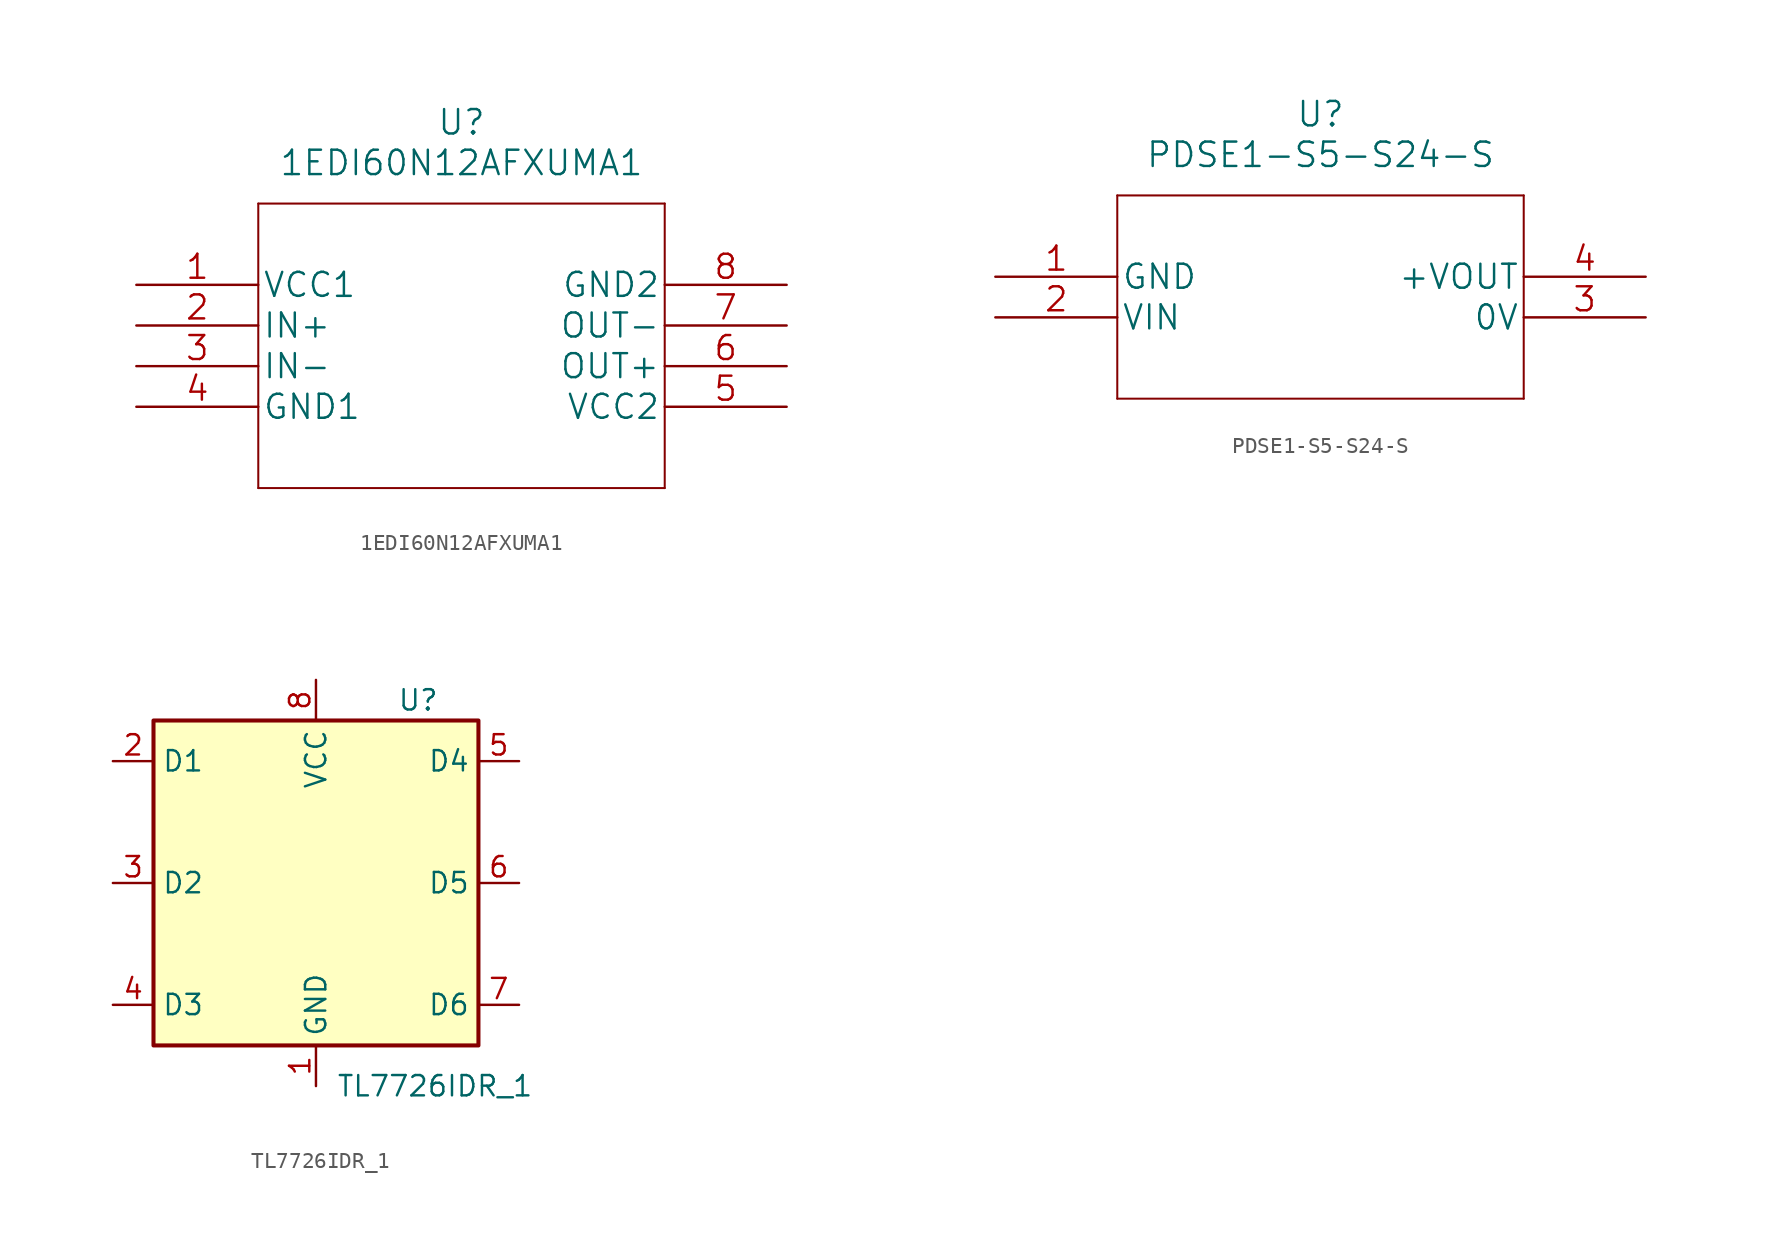
<source format=kicad_sym>
(kicad_symbol_lib
  (version 20211014)
  (generator kicad_symbol_editor)
  (symbol "1EDI60N12AFXUMA1"
    (pin_names
      (offset 0.254))
    (property "Reference" "U"
      (at 20.32 10.16 0)
      (effects (font (size 1.524 1.524))))
    (property "Value" "1EDI60N12AFXUMA1"
      (at 20.32 7.62 0)
      (effects (font (size 1.524 1.524))))
    (property "Datasheet" ""
      (at 0 0 0)
      (effects (font (size 1.524 1.524))))
    (property "ki_locked" ""
      (at 0 0 0)
      (effects (font (size 1.27 1.27))))
    (symbol "1EDI60N12AFXUMA1_1_1"
      (polyline (pts (xy 7.62 -12.7) (xy 33.02 -12.7)) (stroke (width 0.127) (type default) (color 0 0 0 0)) (fill (type none)))
      (polyline (pts (xy 7.62 5.08) (xy 7.62 -12.7)) (stroke (width 0.127) (type default) (color 0 0 0 0)) (fill (type none)))
      (polyline (pts (xy 33.02 -12.7) (xy 33.02 5.08)) (stroke (width 0.127) (type default) (color 0 0 0 0)) (fill (type none)))
      (polyline (pts (xy 33.02 5.08) (xy 7.62 5.08)) (stroke (width 0.127) (type default) (color 0 0 0 0)) (fill (type none)))
      (pin power_in line (at 0 0 0) (length 7.62) (name "VCC1" (effects (font (size 1.499 1.499)))) (number "1" (effects (font (size 1.499 1.499)))))
      (pin input line (at 0 -2.54 0) (length 7.62) (name "IN+" (effects (font (size 1.499 1.499)))) (number "2" (effects (font (size 1.499 1.499)))))
      (pin input line (at 0 -5.08 0) (length 7.62) (name "IN-" (effects (font (size 1.499 1.499)))) (number "3" (effects (font (size 1.499 1.499)))))
      (pin power_in line (at 0 -7.62 0) (length 7.62) (name "GND1" (effects (font (size 1.499 1.499)))) (number "4" (effects (font (size 1.499 1.499)))))
      (pin power_in line (at 40.64 -7.62 180) (length 7.62) (name "VCC2" (effects (font (size 1.499 1.499)))) (number "5" (effects (font (size 1.499 1.499)))))
      (pin output line (at 40.64 -5.08 180) (length 7.62) (name "OUT+" (effects (font (size 1.499 1.499)))) (number "6" (effects (font (size 1.499 1.499)))))
      (pin output line (at 40.64 -2.54 180) (length 7.62) (name "OUT-" (effects (font (size 1.499 1.499)))) (number "7" (effects (font (size 1.499 1.499)))))
      (pin power_in line (at 40.64 0 180) (length 7.62) (name "GND2" (effects (font (size 1.499 1.499)))) (number "8" (effects (font (size 1.499 1.499)))))))
  (symbol "PDSE1-S5-S24-S"
    (pin_names
      (offset 0.254))
    (property "Reference" "U"
      (at 20.32 10.16 0)
      (effects (font (size 1.524 1.524))))
    (property "Value" "PDSE1-S5-S24-S"
      (at 20.32 7.62 0)
      (effects (font (size 1.524 1.524))))
    (property "Datasheet" ""
      (at 0 0 0)
      (effects (font (size 1.524 1.524))))
    (property "ki_locked" ""
      (at 0 0 0)
      (effects (font (size 1.27 1.27))))
    (symbol "PDSE1-S5-S24-S_1_1"
      (polyline (pts (xy 7.62 -7.62) (xy 33.02 -7.62)) (stroke (width 0.127) (type default) (color 0 0 0 0)) (fill (type none)))
      (polyline (pts (xy 7.62 5.08) (xy 7.62 -7.62)) (stroke (width 0.127) (type default) (color 0 0 0 0)) (fill (type none)))
      (polyline (pts (xy 33.02 -7.62) (xy 33.02 5.08)) (stroke (width 0.127) (type default) (color 0 0 0 0)) (fill (type none)))
      (polyline (pts (xy 33.02 5.08) (xy 7.62 5.08)) (stroke (width 0.127) (type default) (color 0 0 0 0)) (fill (type none)))
      (pin power_in line (at 0 0 0) (length 7.62) (name "GND" (effects (font (size 1.499 1.499)))) (number "1" (effects (font (size 1.499 1.499)))))
      (pin input line (at 0 -2.54 0) (length 7.62) (name "VIN" (effects (font (size 1.499 1.499)))) (number "2" (effects (font (size 1.499 1.499)))))
      (pin unspecified line (at 40.64 -2.54 180) (length 7.62) (name "0V" (effects (font (size 1.499 1.499)))) (number "3" (effects (font (size 1.499 1.499)))))
      (pin output line (at 40.64 0 180) (length 7.62) (name "+VOUT" (effects (font (size 1.499 1.499)))) (number "4" (effects (font (size 1.499 1.499)))))))
  (symbol "TL7726IDR_1"
    (property "Reference" "U"
      (at 5.08 11.43 0)
      (effects (font (size 1.27 1.27)) (justify left)))
    (property "Value" "TL7726IDR_1"
      (at 1.27 -12.7 0)
      (effects (font (size 1.27 1.27)) (justify left)))
    (symbol "TL7726IDR_1_0_1"
      (rectangle (start -10.16 10.16) (end 10.16 -10.16) (stroke (width 0.254) (type default) (color 0 0 0 0)) (fill (type background))))
    (symbol "TL7726IDR_1_1_1"
      (pin power_in line (at 0 -12.7 90) (length 2.54) (name "GND" (effects (font (size 1.27 1.27)))) (number "1" (effects (font (size 1.27 1.27)))))
      (pin passive line (at -12.7 7.62 0) (length 2.54) (name "D1" (effects (font (size 1.27 1.27)))) (number "2" (effects (font (size 1.27 1.27)))))
      (pin passive line (at -12.7 0 0) (length 2.54) (name "D2" (effects (font (size 1.27 1.27)))) (number "3" (effects (font (size 1.27 1.27)))))
      (pin passive line (at -12.7 -7.62 0) (length 2.54) (name "D3" (effects (font (size 1.27 1.27)))) (number "4" (effects (font (size 1.27 1.27)))))
      (pin passive line (at 12.7 7.62 180) (length 2.54) (name "D4" (effects (font (size 1.27 1.27)))) (number "5" (effects (font (size 1.27 1.27)))))
      (pin passive line (at 12.7 0 180) (length 2.54) (name "D5" (effects (font (size 1.27 1.27)))) (number "6" (effects (font (size 1.27 1.27)))))
      (pin passive line (at 12.7 -7.62 180) (length 2.54) (name "D6" (effects (font (size 1.27 1.27)))) (number "7" (effects (font (size 1.27 1.27)))))
      (pin power_in line (at 0 12.7 270) (length 2.54) (name "VCC" (effects (font (size 1.27 1.27)))) (number "8" (effects (font (size 1.27 1.27))))))))
</source>
